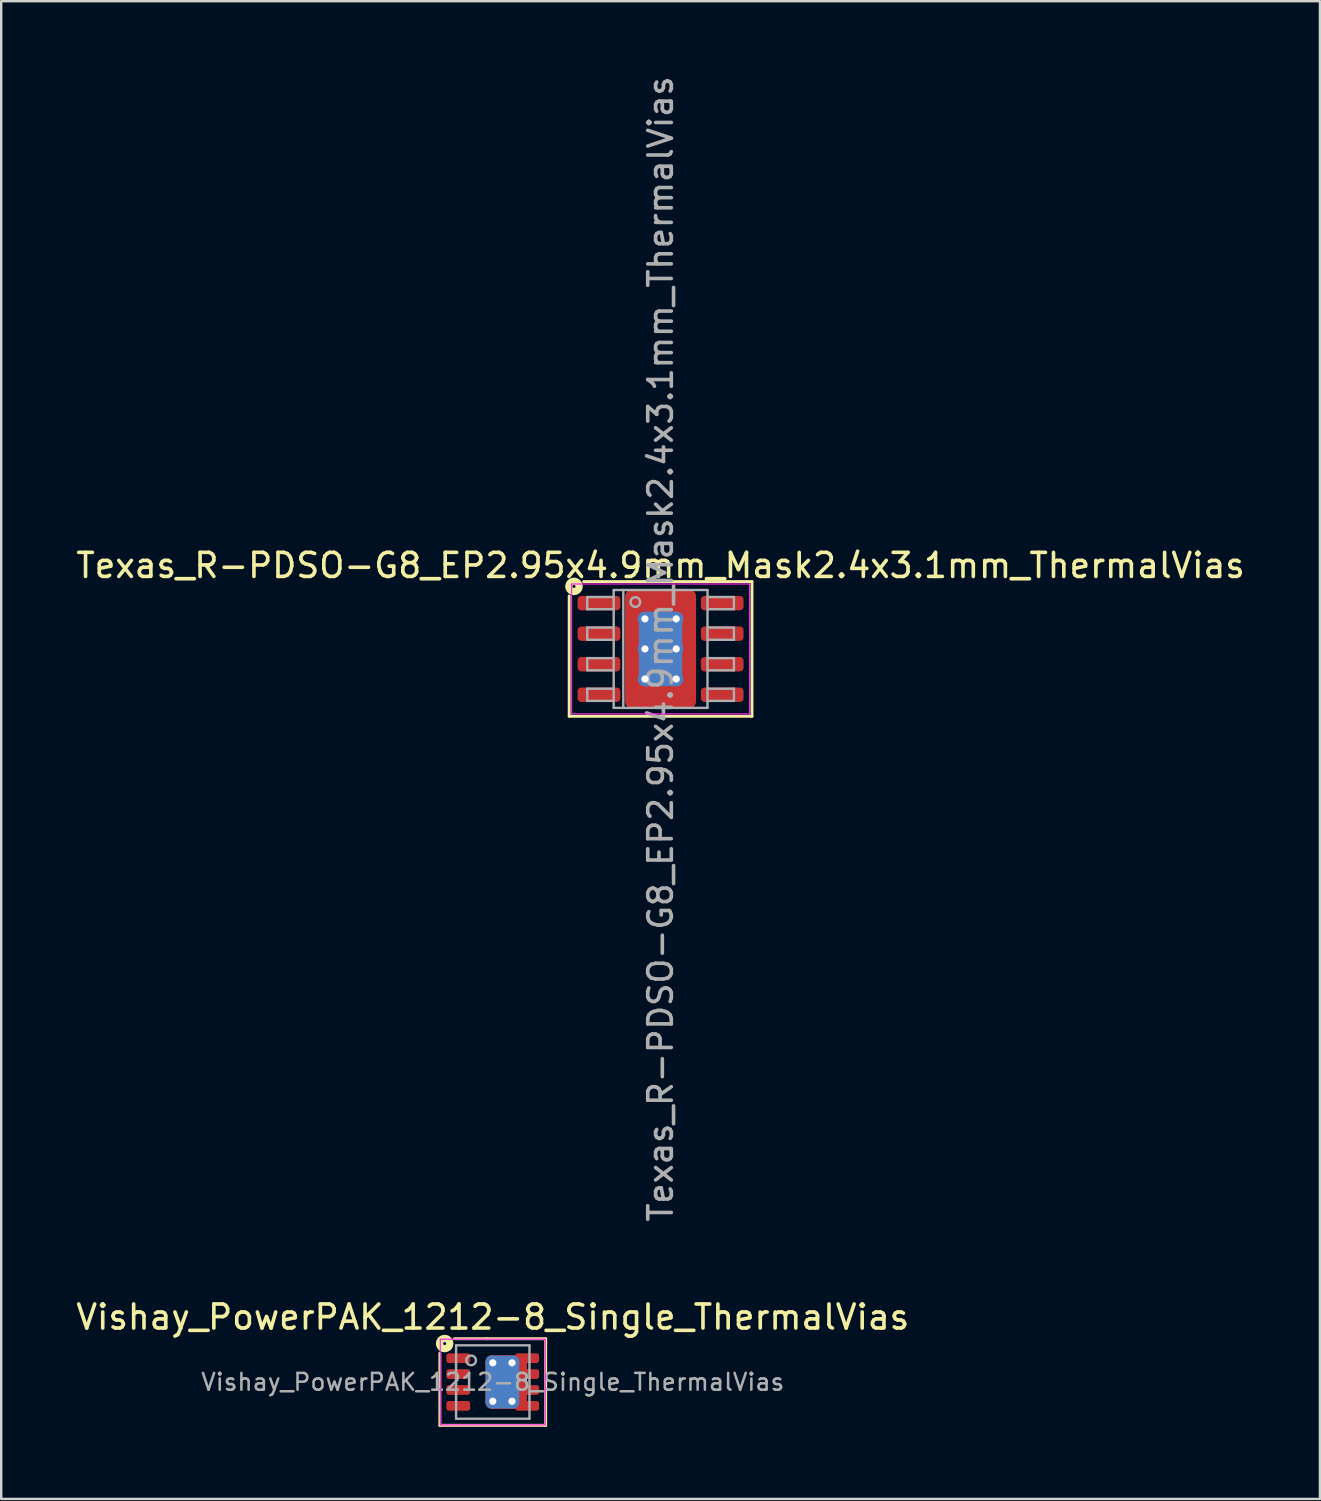
<source format=kicad_pcb>
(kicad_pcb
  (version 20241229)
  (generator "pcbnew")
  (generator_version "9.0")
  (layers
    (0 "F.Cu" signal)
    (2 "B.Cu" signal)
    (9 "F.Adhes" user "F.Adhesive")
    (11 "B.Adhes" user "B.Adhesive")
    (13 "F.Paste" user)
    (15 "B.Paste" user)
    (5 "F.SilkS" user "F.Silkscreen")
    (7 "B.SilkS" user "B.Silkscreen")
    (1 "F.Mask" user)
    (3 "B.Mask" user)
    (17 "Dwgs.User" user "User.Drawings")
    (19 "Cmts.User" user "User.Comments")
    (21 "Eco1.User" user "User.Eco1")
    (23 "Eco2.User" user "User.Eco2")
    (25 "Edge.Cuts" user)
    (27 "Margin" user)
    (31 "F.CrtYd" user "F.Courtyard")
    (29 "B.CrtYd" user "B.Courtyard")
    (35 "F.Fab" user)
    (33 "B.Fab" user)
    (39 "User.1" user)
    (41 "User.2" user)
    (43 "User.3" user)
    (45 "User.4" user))
  (footprint "Texas_R-PDSO-G8_EP2.95x4.9mm_Mask2.4x3.1mm_ThermalVias"
    (layer "F.Cu")
    (at 24.411 23.927)
    (property "Reference" "Texas_R-PDSO-G8_EP2.95x4.9mm_Mask2.4x3.1mm_ThermalVias" (at 0 -3.47 0) (layer "F.SilkS") (effects (font (size 1 1) (thickness 0.15))))
    (attr smd)
    (fp_line (start -3.8 -2.2) (end -3.8 2.8) (stroke (width 0.12) (type solid)) (layer "F.SilkS"))
    (fp_line (start -3.8 2.8) (end 3.8 2.8) (stroke (width 0.12) (type solid)) (layer "F.SilkS"))
    (fp_line (start 3.8 -2.8) (end -3.2 -2.8) (stroke (width 0.12) (type solid)) (layer "F.SilkS"))
    (fp_line (start 3.8 2.8) (end 3.8 -2.8) (stroke (width 0.12) (type solid)) (layer "F.SilkS"))
    (fp_circle (center -3.6 -2.6) (end -3.537 -2.6) (stroke (width 0.3) (type solid)) (fill no) (layer "F.SilkS"))
    (fp_line (start -3.7 -2.7) (end -3.7 2.7) (stroke (width 0.05) (type solid)) (layer "F.CrtYd"))
    (fp_line (start -3.7 2.7) (end 3.7 2.7) (stroke (width 0.05) (type solid)) (layer "F.CrtYd"))
    (fp_line (start 3.7 -2.7) (end -3.7 -2.7) (stroke (width 0.05) (type solid)) (layer "F.CrtYd"))
    (fp_line (start 3.7 2.7) (end 3.7 -2.7) (stroke (width 0.05) (type solid)) (layer "F.CrtYd"))
    (fp_line (start -3.048 -2.159) (end -3.048 -1.651) (stroke (width 0.1) (type solid)) (layer "F.Fab"))
    (fp_line (start -3.048 -2.159) (end -1.968 -2.159) (stroke (width 0.1) (type solid)) (layer "F.Fab"))
    (fp_line (start -3.048 -1.651) (end -1.968 -1.651) (stroke (width 0.1) (type solid)) (layer "F.Fab"))
    (fp_line (start -3.048 -0.889) (end -3.048 -0.381) (stroke (width 0.1) (type solid)) (layer "F.Fab"))
    (fp_line (start -3.048 -0.889) (end -1.968 -0.889) (stroke (width 0.1) (type solid)) (layer "F.Fab"))
    (fp_line (start -3.048 -0.381) (end -1.968 -0.381) (stroke (width 0.1) (type solid)) (layer "F.Fab"))
    (fp_line (start -3.048 0.381) (end -3.048 0.889) (stroke (width 0.1) (type solid)) (layer "F.Fab"))
    (fp_line (start -3.048 0.381) (end -1.968 0.381) (stroke (width 0.1) (type solid)) (layer "F.Fab"))
    (fp_line (start -3.048 0.889) (end -1.968 0.889) (stroke (width 0.1) (type solid)) (layer "F.Fab"))
    (fp_line (start -3.048 1.651) (end -3.048 2.159) (stroke (width 0.1) (type solid)) (layer "F.Fab"))
    (fp_line (start -3.048 1.651) (end -1.968 1.651) (stroke (width 0.1) (type solid)) (layer "F.Fab"))
    (fp_line (start -3.048 2.159) (end -1.968 2.159) (stroke (width 0.1) (type solid)) (layer "F.Fab"))
    (fp_line (start -1.95 -2.45) (end 1.95 -2.45) (stroke (width 0.1) (type solid)) (layer "F.Fab"))
    (fp_line (start -1.95 2.45) (end -1.95 -2.45) (stroke (width 0.1) (type solid)) (layer "F.Fab"))
    (fp_line (start -1.55 -2.45) (end -1.55 2.45) (stroke (width 0.1) (type solid)) (layer "F.Fab"))
    (fp_line (start 1.95 -2.45) (end 1.95 2.45) (stroke (width 0.1) (type solid)) (layer "F.Fab"))
    (fp_line (start 1.95 2.45) (end -1.95 2.45) (stroke (width 0.1) (type solid)) (layer "F.Fab"))
    (fp_line (start 3.048 -2.159) (end 1.968 -2.159) (stroke (width 0.1) (type solid)) (layer "F.Fab"))
    (fp_line (start 3.048 -1.651) (end 1.968 -1.651) (stroke (width 0.1) (type solid)) (layer "F.Fab"))
    (fp_line (start 3.048 -1.651) (end 3.048 -2.159) (stroke (width 0.1) (type solid)) (layer "F.Fab"))
    (fp_line (start 3.048 -0.889) (end 1.968 -0.889) (stroke (width 0.1) (type solid)) (layer "F.Fab"))
    (fp_line (start 3.048 -0.381) (end 1.968 -0.381) (stroke (width 0.1) (type solid)) (layer "F.Fab"))
    (fp_line (start 3.048 -0.381) (end 3.048 -0.889) (stroke (width 0.1) (type solid)) (layer "F.Fab"))
    (fp_line (start 3.048 0.381) (end 1.968 0.381) (stroke (width 0.1) (type solid)) (layer "F.Fab"))
    (fp_line (start 3.048 0.889) (end 1.968 0.889) (stroke (width 0.1) (type solid)) (layer "F.Fab"))
    (fp_line (start 3.048 0.889) (end 3.048 0.381) (stroke (width 0.1) (type solid)) (layer "F.Fab"))
    (fp_line (start 3.048 1.651) (end 1.968 1.651) (stroke (width 0.1) (type solid)) (layer "F.Fab"))
    (fp_line (start 3.048 2.159) (end 1.968 2.159) (stroke (width 0.1) (type solid)) (layer "F.Fab"))
    (fp_line (start 3.048 2.159) (end 3.048 1.651) (stroke (width 0.1) (type solid)) (layer "F.Fab"))
    (fp_circle (center -1.05 -1.95) (end -0.85 -1.95) (stroke (width 0.1) (type solid)) (fill no) (layer "F.Fab"))
    (fp_text user "${REFERENCE}" (at 0 0 90) (layer "F.Fab") (effects (font (size 0.98 0.98) (thickness 0.15))))
    (pad "" smd roundrect (at -0.6 -1.03) (size 1.04 0.89) (layers "F.Paste") (roundrect_rratio 0.25))
    (pad "" smd roundrect (at -0.6 0) (size 1.04 0.89) (layers "F.Paste") (roundrect_rratio 0.25))
    (pad "" smd roundrect (at -0.6 1.03) (size 1.04 0.89) (layers "F.Paste") (roundrect_rratio 0.25))
    (pad "" smd roundrect (at 0 0) (size 2.4 3.1) (layers "F.Mask") (roundrect_rratio 0.104))
    (pad "" smd roundrect (at 0.6 -1.03) (size 1.04 0.89) (layers "F.Paste") (roundrect_rratio 0.25))
    (pad "" smd roundrect (at 0.6 0) (size 1.04 0.89) (layers "F.Paste") (roundrect_rratio 0.25))
    (pad "" smd roundrect (at 0.6 1.03) (size 1.04 0.89) (layers "F.Paste") (roundrect_rratio 0.25))
    (pad "1" smd roundrect (at -2.562 -1.905) (size 1.775 0.6) (layers "F.Cu" "F.Mask" "F.Paste") (roundrect_rratio 0.25))
    (pad "2" smd roundrect (at -2.562 -0.635) (size 1.775 0.6) (layers "F.Cu" "F.Mask" "F.Paste") (roundrect_rratio 0.25))
    (pad "3" smd roundrect (at -2.562 0.635) (size 1.775 0.6) (layers "F.Cu" "F.Mask" "F.Paste") (roundrect_rratio 0.25))
    (pad "4" smd roundrect (at -2.562 1.905) (size 1.775 0.6) (layers "F.Cu" "F.Mask" "F.Paste") (roundrect_rratio 0.25))
    (pad "5" smd roundrect (at 2.562 1.905) (size 1.775 0.6) (layers "F.Cu" "F.Mask" "F.Paste") (roundrect_rratio 0.25))
    (pad "6" smd roundrect (at 2.562 0.635) (size 1.775 0.6) (layers "F.Cu" "F.Mask" "F.Paste") (roundrect_rratio 0.25))
    (pad "7" smd roundrect (at 2.562 -0.635) (size 1.775 0.6) (layers "F.Cu" "F.Mask" "F.Paste") (roundrect_rratio 0.25))
    (pad "8" smd roundrect (at 2.562 -1.905) (size 1.775 0.6) (layers "F.Cu" "F.Mask" "F.Paste") (roundrect_rratio 0.25))
    (pad "9" thru_hole circle (at -0.65 -1.25) (size 0.6 0.6) (drill 0.3) (property pad_prop_heatsink) (layers "*.Cu"))
    (pad "9" thru_hole circle (at -0.65 0) (size 0.6 0.6) (drill 0.3) (property pad_prop_heatsink) (layers "*.Cu"))
    (pad "9" thru_hole circle (at -0.65 1.25) (size 0.6 0.6) (drill 0.3) (property pad_prop_heatsink) (layers "*.Cu"))
    (pad "9" smd roundrect (at 0 0) (size 1.8 3.1) (layers "B.Cu" "B.Mask") (roundrect_rratio 0.139))
    (pad "9" smd roundrect (at 0 0) (size 2.95 4.9) (layers "F.Cu") (roundrect_rratio 0.085))
    (pad "9" thru_hole circle (at 0.65 -1.25) (size 0.6 0.6) (drill 0.3) (property pad_prop_heatsink) (layers "*.Cu"))
    (pad "9" thru_hole circle (at 0.65 0) (size 0.6 0.6) (drill 0.3) (property pad_prop_heatsink) (layers "*.Cu"))
    (pad "9" thru_hole circle (at 0.65 1.25) (size 0.6 0.6) (drill 0.3) (property pad_prop_heatsink) (layers "*.Cu")))
  (footprint "Vishay_PowerPAK_1212-8_Single_ThermalVias"
    (layer "F.Cu")
    (at 17.435 54.402)
    (property "Reference" "Vishay_PowerPAK_1212-8_Single_ThermalVias" (at 0 -2.7 0) (layer "F.SilkS") (effects (font (size 1 1) (thickness 0.15))))
    (attr smd)
    (fp_line (start -2.2 1.8) (end -2.2 -1.2) (stroke (width 0.12) (type solid)) (layer "F.SilkS"))
    (fp_line (start -2.2 1.8) (end 2.2 1.8) (stroke (width 0.12) (type solid)) (layer "F.SilkS"))
    (fp_line (start -0.254 -1.8) (end -1.6 -1.8) (stroke (width 0.12) (type solid)) (layer "F.SilkS"))
    (fp_line (start 2.2 -1.8) (end -0.254 -1.8) (stroke (width 0.12) (type solid)) (layer "F.SilkS"))
    (fp_line (start 2.2 1.8) (end 2.2 -1.8) (stroke (width 0.12) (type solid)) (layer "F.SilkS"))
    (fp_circle (center -2 -1.6) (end -1.937 -1.6) (stroke (width 0.3) (type solid)) (fill no) (layer "F.SilkS"))
    (fp_line (start -2.18 -1.78) (end -2.18 1.78) (stroke (width 0.05) (type solid)) (layer "F.CrtYd"))
    (fp_line (start -2.18 -1.78) (end 2.18 -1.78) (stroke (width 0.05) (type solid)) (layer "F.CrtYd"))
    (fp_line (start -2.18 1.78) (end 2.18 1.78) (stroke (width 0.05) (type solid)) (layer "F.CrtYd"))
    (fp_line (start 2.18 -1.78) (end 2.18 1.78) (stroke (width 0.05) (type solid)) (layer "F.CrtYd"))
    (fp_line (start -1.525 -1.525) (end -1.525 1.525) (stroke (width 0.1) (type solid)) (layer "F.Fab"))
    (fp_line (start -1.525 -1.525) (end 1.525 -1.525) (stroke (width 0.1) (type solid)) (layer "F.Fab"))
    (fp_line (start -1.525 1.525) (end 1.525 1.525) (stroke (width 0.1) (type solid)) (layer "F.Fab"))
    (fp_line (start 1.525 -1.525) (end 1.525 1.525) (stroke (width 0.1) (type solid)) (layer "F.Fab"))
    (fp_circle (center -0.9 -0.9) (end -0.7 -0.9) (stroke (width 0.1) (type solid)) (fill no) (layer "F.Fab"))
    (fp_text user "${REFERENCE}" (at 0 0 0) (layer "F.Fab") (effects (font (size 0.7 0.7) (thickness 0.105))))
    (pad "" smd roundrect (at 0.237 0) (size 0.975 1.3) (layers "F.Paste") (roundrect_rratio 0.25))
    (pad "1" smd roundrect (at -1.435 -0.99) (size 0.99 0.405) (layers "F.Cu" "F.Mask" "F.Paste") (roundrect_rratio 0.25))
    (pad "2" smd roundrect (at -1.435 -0.33) (size 0.99 0.405) (layers "F.Cu" "F.Mask" "F.Paste") (roundrect_rratio 0.25))
    (pad "3" smd roundrect (at -1.435 0.33) (size 0.99 0.405) (layers "F.Cu" "F.Mask" "F.Paste") (roundrect_rratio 0.25))
    (pad "4" smd roundrect (at -1.435 0.99) (size 0.99 0.405) (layers "F.Cu" "F.Mask" "F.Paste") (roundrect_rratio 0.25))
    (pad "5" thru_hole circle (at 0 -0.8) (size 0.6 0.6) (drill 0.3) (property pad_prop_heatsink) (layers "*.Cu"))
    (pad "5" thru_hole circle (at 0 0.8) (size 0.6 0.6) (drill 0.3) (property pad_prop_heatsink) (layers "*.Cu"))
    (pad "5" smd roundrect (at 0.4 0) (size 1.4 2.2) (layers "B.Cu" "B.Mask") (roundrect_rratio 0.179))
    (pad "5" smd roundrect (at 0.557 0) (size 1.725 2.235) (layers "F.Cu" "F.Mask") (roundrect_rratio 0.145))
    (pad "5" thru_hole circle (at 0.8 -0.8) (size 0.6 0.6) (drill 0.3) (property pad_prop_heatsink) (layers "*.Cu"))
    (pad "5" thru_hole circle (at 0.8 0.8) (size 0.6 0.6) (drill 0.3) (property pad_prop_heatsink) (layers "*.Cu"))
    (pad "5" smd roundrect (at 1.43 -0.99) (size 0.99 0.405) (layers "F.Cu" "F.Mask" "F.Paste") (roundrect_rratio 0.25))
    (pad "5" smd roundrect (at 1.43 -0.33) (size 0.99 0.405) (layers "F.Cu" "F.Mask" "F.Paste") (roundrect_rratio 0.25))
    (pad "5" smd roundrect (at 1.43 0.33) (size 0.99 0.405) (layers "F.Cu" "F.Mask" "F.Paste") (roundrect_rratio 0.25))
    (pad "5" smd roundrect (at 1.43 0.99) (size 0.99 0.405) (layers "F.Cu" "F.Mask" "F.Paste") (roundrect_rratio 0.25)))
  (gr_rect
    (start -3 -3)
    (end 51.821 59.262)
    (stroke (width 0.1) (type default))
    (fill no)
    (layer "Edge.Cuts")))
</source>
